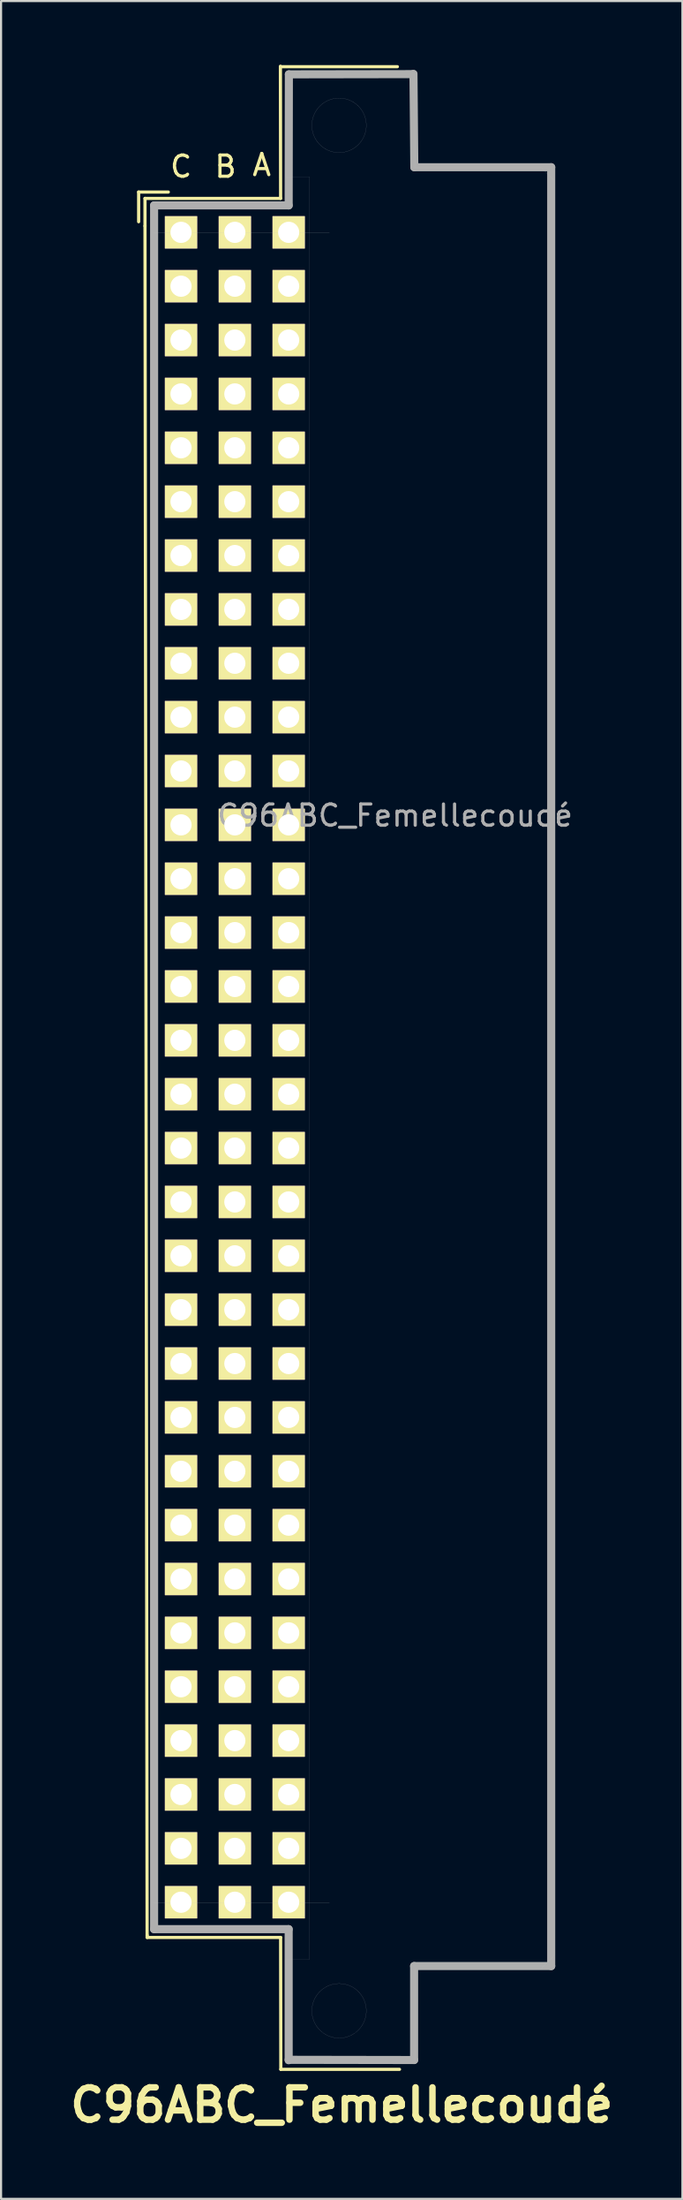
<source format=kicad_pcb>
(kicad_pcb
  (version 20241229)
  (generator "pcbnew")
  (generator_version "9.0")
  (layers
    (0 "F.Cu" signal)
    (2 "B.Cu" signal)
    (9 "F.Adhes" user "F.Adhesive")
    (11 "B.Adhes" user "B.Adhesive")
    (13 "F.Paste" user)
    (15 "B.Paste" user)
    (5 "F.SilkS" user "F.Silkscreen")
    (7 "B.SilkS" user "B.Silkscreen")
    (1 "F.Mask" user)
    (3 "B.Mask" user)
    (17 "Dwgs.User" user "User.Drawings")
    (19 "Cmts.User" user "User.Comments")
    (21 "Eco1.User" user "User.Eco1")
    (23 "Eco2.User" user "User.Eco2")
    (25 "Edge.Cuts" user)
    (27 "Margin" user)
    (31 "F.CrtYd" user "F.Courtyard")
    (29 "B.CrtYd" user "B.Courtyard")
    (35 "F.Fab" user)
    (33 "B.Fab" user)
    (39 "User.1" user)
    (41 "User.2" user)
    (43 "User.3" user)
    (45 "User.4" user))
  (footprint "C96ABC_Femellecoudé"
    (layer "F.Cu")
    (at 5.493 7.905)
    (property "Reference" "C96ABC_Femellecoudé" (at 7.584 88.303 180) (layer "F.SilkS") (effects (font (size 1.524 1.524) (thickness 0.305))))
    (attr through_hole)
    (fp_line (start -2 -1.9) (end -0.6 -1.9) (stroke (width 0.15) (type solid)) (layer "F.SilkS"))
    (fp_line (start -2 -0.5) (end -2 -1.9) (stroke (width 0.15) (type solid)) (layer "F.SilkS"))
    (fp_line (start -1.7 -1.6) (end -1.7 -0.3) (stroke (width 0.15) (type solid)) (layer "F.SilkS"))
    (fp_line (start -1.7 -0.3) (end -1.6 80.3) (stroke (width 0.15) (type solid)) (layer "F.SilkS"))
    (fp_line (start -1.6 80.3) (end -1.6 80.4) (stroke (width 0.15) (type solid)) (layer "F.SilkS"))
    (fp_line (start -1.6 80.4) (end 4.7 80.4) (stroke (width 0.15) (type solid)) (layer "F.SilkS"))
    (fp_line (start 4.69 -7.83) (end 4.7 -1.6) (stroke (width 0.15) (type solid)) (layer "F.SilkS"))
    (fp_line (start 4.7 -1.6) (end -1.7 -1.6) (stroke (width 0.15) (type solid)) (layer "F.SilkS"))
    (fp_line (start 4.7 80.4) (end 4.71 86.62) (stroke (width 0.15) (type solid)) (layer "F.SilkS"))
    (fp_line (start 4.71 86.62) (end 10.31 86.62) (stroke (width 0.15) (type solid)) (layer "F.SilkS"))
    (fp_line (start 10.21 -7.81) (end 4.71 -7.81) (stroke (width 0.15) (type solid)) (layer "F.SilkS"))
    (fp_line (start 4.93 -7.544) (end 11.06 -7.544) (stroke (width 0.004) (type solid)) (layer "Dwgs.User"))
    (fp_line (start 4.93 -2.619) (end 4.93 -7.544) (stroke (width 0.004) (type solid)) (layer "Dwgs.User"))
    (fp_line (start 4.93 81.435) (end 6.06 81.435) (stroke (width 0.004) (type solid)) (layer "Dwgs.User"))
    (fp_line (start 4.93 86.36) (end 4.93 81.435) (stroke (width 0.004) (type solid)) (layer "Dwgs.User"))
    (fp_line (start 6.06 -2.619) (end 4.93 -2.619) (stroke (width 0.004) (type solid)) (layer "Dwgs.User"))
    (fp_line (start 6.06 81.435) (end 6.06 -2.619) (stroke (width 0.004) (type solid)) (layer "Dwgs.User"))
    (fp_line (start 7.005 0.036) (end -1.298 0.036) (stroke (width 0.004) (type solid)) (layer "Dwgs.User"))
    (fp_line (start 7.005 78.78) (end -1.298 78.78) (stroke (width 0.004) (type solid)) (layer "Dwgs.User"))
    (fp_line (start 11.06 -7.544) (end 11.06 -3.069) (stroke (width 0.004) (type solid)) (layer "Dwgs.User"))
    (fp_line (start 11.06 -3.069) (end 16.98 -3.069) (stroke (width 0.004) (type solid)) (layer "Dwgs.User"))
    (fp_line (start 11.06 81.885) (end 11.06 86.36) (stroke (width 0.004) (type solid)) (layer "Dwgs.User"))
    (fp_line (start 11.06 86.36) (end 4.93 86.36) (stroke (width 0.004) (type solid)) (layer "Dwgs.User"))
    (fp_line (start 16.98 -3.069) (end 17.61 -2.439) (stroke (width 0.004) (type solid)) (layer "Dwgs.User"))
    (fp_line (start 16.98 81.885) (end 11.06 81.885) (stroke (width 0.004) (type solid)) (layer "Dwgs.User"))
    (fp_line (start 17.61 -2.439) (end 17.61 81.255) (stroke (width 0.004) (type solid)) (layer "Dwgs.User"))
    (fp_line (start 17.61 81.255) (end 16.98 81.885) (stroke (width 0.004) (type solid)) (layer "Dwgs.User"))
    (fp_circle (center 7.46 -5.044) (end 8.745 -5.044) (stroke (width 0.004) (type solid)) (fill no) (layer "Dwgs.User"))
    (fp_circle (center 7.46 83.86) (end 8.745 83.86) (stroke (width 0.004) (type solid)) (fill no) (layer "Dwgs.User"))
    (fp_line (start -1.27 -1.27) (end 5.08 -1.27) (stroke (width 0.381) (type solid)) (layer "F.Fab"))
    (fp_line (start -1.27 80.01) (end -1.27 -1.27) (stroke (width 0.381) (type solid)) (layer "F.Fab"))
    (fp_line (start 5.08 -1.27) (end 5.09 -7.45) (stroke (width 0.381) (type solid)) (layer "F.Fab"))
    (fp_line (start 5.08 80.01) (end -1.27 80.01) (stroke (width 0.381) (type solid)) (layer "F.Fab"))
    (fp_line (start 5.08 86.19) (end 5.08 80.01) (stroke (width 0.381) (type solid)) (layer "F.Fab"))
    (fp_line (start 5.09 -7.45) (end 10.96 -7.46) (stroke (width 0.381) (type solid)) (layer "F.Fab"))
    (fp_line (start 10.97 -7.47) (end 11.01 -3.07) (stroke (width 0.381) (type solid)) (layer "F.Fab"))
    (fp_line (start 11 81.75) (end 11 86.18) (stroke (width 0.381) (type solid)) (layer "F.Fab"))
    (fp_line (start 11 86.18) (end 5.08 86.17) (stroke (width 0.381) (type solid)) (layer "F.Fab"))
    (fp_line (start 11.01 -3.07) (end 17.47 -3.07) (stroke (width 0.381) (type solid)) (layer "F.Fab"))
    (fp_line (start 17.47 -3.07) (end 17.47 81.75) (stroke (width 0.381) (type solid)) (layer "F.Fab"))
    (fp_line (start 17.47 81.75) (end 11 81.75) (stroke (width 0.381) (type solid)) (layer "F.Fab"))
    (fp_text user "C" (at 0 -3.1 0) (layer "F.SilkS") (effects (font (size 1 1) (thickness 0.15))))
    (fp_text user "B" (at 2.1 -3.1 0) (layer "F.SilkS") (effects (font (size 1 1) (thickness 0.15))))
    (fp_text user "A" (at 3.81 -3.175 0) (layer "F.SilkS") (effects (font (size 1 1) (thickness 0.15))))
    (fp_text user "${REFERENCE}" (at 10.1 27.5 0) (layer "F.Fab") (effects (font (size 1 1) (thickness 0.15))))
    (pad "A1" thru_hole rect (at 5.08 78.74 180) (size 1.524 1.524) (drill 1) (layers "*.Cu" "*.Mask" "F.SilkS"))
    (pad "A2" thru_hole rect (at 5.08 76.2 180) (size 1.524 1.524) (drill 1) (layers "*.Cu" "*.Mask" "F.SilkS"))
    (pad "A3" thru_hole rect (at 5.08 73.66 180) (size 1.524 1.524) (drill 1) (layers "*.Cu" "*.Mask" "F.SilkS"))
    (pad "A4" thru_hole rect (at 5.08 71.12 180) (size 1.524 1.524) (drill 1) (layers "*.Cu" "*.Mask" "F.SilkS"))
    (pad "A5" thru_hole rect (at 5.08 68.58 180) (size 1.524 1.524) (drill 1) (layers "*.Cu" "*.Mask" "F.SilkS"))
    (pad "A6" thru_hole rect (at 5.08 66.04 180) (size 1.524 1.524) (drill 1) (layers "*.Cu" "*.Mask" "F.SilkS"))
    (pad "A7" thru_hole rect (at 5.08 63.5 180) (size 1.524 1.524) (drill 1) (layers "*.Cu" "*.Mask" "F.SilkS"))
    (pad "A8" thru_hole rect (at 5.08 60.96 180) (size 1.524 1.524) (drill 1) (layers "*.Cu" "*.Mask" "F.SilkS"))
    (pad "A9" thru_hole rect (at 5.08 58.42 180) (size 1.524 1.524) (drill 1) (layers "*.Cu" "*.Mask" "F.SilkS"))
    (pad "A10" thru_hole rect (at 5.08 55.88 180) (size 1.524 1.524) (drill 1) (layers "*.Cu" "*.Mask" "F.SilkS"))
    (pad "A11" thru_hole rect (at 5.08 53.34 180) (size 1.524 1.524) (drill 1) (layers "*.Cu" "*.Mask" "F.SilkS"))
    (pad "A12" thru_hole rect (at 5.08 50.8 180) (size 1.524 1.524) (drill 1) (layers "*.Cu" "*.Mask" "F.SilkS"))
    (pad "A13" thru_hole rect (at 5.08 48.26 180) (size 1.524 1.524) (drill 1) (layers "*.Cu" "*.Mask" "F.SilkS"))
    (pad "A14" thru_hole rect (at 5.08 45.72 180) (size 1.524 1.524) (drill 1) (layers "*.Cu" "*.Mask" "F.SilkS"))
    (pad "A15" thru_hole rect (at 5.08 43.18 180) (size 1.524 1.524) (drill 1) (layers "*.Cu" "*.Mask" "F.SilkS"))
    (pad "A16" thru_hole rect (at 5.08 40.64 180) (size 1.524 1.524) (drill 1) (layers "*.Cu" "*.Mask" "F.SilkS"))
    (pad "A17" thru_hole rect (at 5.08 38.1 180) (size 1.524 1.524) (drill 1) (layers "*.Cu" "*.Mask" "F.SilkS"))
    (pad "A18" thru_hole rect (at 5.08 35.56 180) (size 1.524 1.524) (drill 1) (layers "*.Cu" "*.Mask" "F.SilkS"))
    (pad "A19" thru_hole rect (at 5.08 33.02 180) (size 1.524 1.524) (drill 1) (layers "*.Cu" "*.Mask" "F.SilkS"))
    (pad "A20" thru_hole rect (at 5.08 30.48 180) (size 1.524 1.524) (drill 1) (layers "*.Cu" "*.Mask" "F.SilkS"))
    (pad "A21" thru_hole rect (at 5.08 27.94 180) (size 1.524 1.524) (drill 1) (layers "*.Cu" "*.Mask" "F.SilkS"))
    (pad "A22" thru_hole rect (at 5.08 25.4 180) (size 1.524 1.524) (drill 1) (layers "*.Cu" "*.Mask" "F.SilkS"))
    (pad "A23" thru_hole rect (at 5.08 22.86 180) (size 1.524 1.524) (drill 1) (layers "*.Cu" "*.Mask" "F.SilkS"))
    (pad "A24" thru_hole rect (at 5.08 20.32 180) (size 1.524 1.524) (drill 1) (layers "*.Cu" "*.Mask" "F.SilkS"))
    (pad "A25" thru_hole rect (at 5.08 17.78 180) (size 1.524 1.524) (drill 1) (layers "*.Cu" "*.Mask" "F.SilkS"))
    (pad "A26" thru_hole rect (at 5.08 15.24 180) (size 1.524 1.524) (drill 1) (layers "*.Cu" "*.Mask" "F.SilkS"))
    (pad "A27" thru_hole rect (at 5.08 12.7 180) (size 1.524 1.524) (drill 1) (layers "*.Cu" "*.Mask" "F.SilkS"))
    (pad "A28" thru_hole rect (at 5.08 10.16 180) (size 1.524 1.524) (drill 1) (layers "*.Cu" "*.Mask" "F.SilkS"))
    (pad "A29" thru_hole rect (at 5.08 7.62 180) (size 1.524 1.524) (drill 1) (layers "*.Cu" "*.Mask" "F.SilkS"))
    (pad "A30" thru_hole rect (at 5.08 5.08 180) (size 1.524 1.524) (drill 1) (layers "*.Cu" "*.Mask" "F.SilkS"))
    (pad "A31" thru_hole rect (at 5.08 2.54 180) (size 1.524 1.524) (drill 1) (layers "*.Cu" "*.Mask" "F.SilkS"))
    (pad "A32" thru_hole rect (at 5.08 0 180) (size 1.524 1.524) (drill 1) (layers "*.Cu" "*.Mask" "F.SilkS"))
    (pad "B1" thru_hole rect (at 2.54 78.74 180) (size 1.524 1.524) (drill 1) (layers "*.Cu" "*.Mask" "F.SilkS"))
    (pad "B2" thru_hole rect (at 2.54 76.2 180) (size 1.524 1.524) (drill 1) (layers "*.Cu" "*.Mask" "F.SilkS"))
    (pad "B3" thru_hole rect (at 2.54 73.66 180) (size 1.524 1.524) (drill 1) (layers "*.Cu" "*.Mask" "F.SilkS"))
    (pad "B4" thru_hole rect (at 2.54 71.12 180) (size 1.524 1.524) (drill 1) (layers "*.Cu" "*.Mask" "F.SilkS"))
    (pad "B5" thru_hole rect (at 2.54 68.58 180) (size 1.524 1.524) (drill 1) (layers "*.Cu" "*.Mask" "F.SilkS"))
    (pad "B6" thru_hole rect (at 2.54 66.04 180) (size 1.524 1.524) (drill 1) (layers "*.Cu" "*.Mask" "F.SilkS"))
    (pad "B7" thru_hole rect (at 2.54 63.5 180) (size 1.524 1.524) (drill 1) (layers "*.Cu" "*.Mask" "F.SilkS"))
    (pad "B8" thru_hole rect (at 2.54 60.96 180) (size 1.524 1.524) (drill 1) (layers "*.Cu" "*.Mask" "F.SilkS"))
    (pad "B9" thru_hole rect (at 2.54 58.42 180) (size 1.524 1.524) (drill 1) (layers "*.Cu" "*.Mask" "F.SilkS"))
    (pad "B10" thru_hole rect (at 2.54 55.88 180) (size 1.524 1.524) (drill 1) (layers "*.Cu" "*.Mask" "F.SilkS"))
    (pad "B11" thru_hole rect (at 2.54 53.34 180) (size 1.524 1.524) (drill 1) (layers "*.Cu" "*.Mask" "F.SilkS"))
    (pad "B12" thru_hole rect (at 2.54 50.8 180) (size 1.524 1.524) (drill 1) (layers "*.Cu" "*.Mask" "F.SilkS"))
    (pad "B13" thru_hole rect (at 2.54 48.26 180) (size 1.524 1.524) (drill 1) (layers "*.Cu" "*.Mask" "F.SilkS"))
    (pad "B14" thru_hole rect (at 2.54 45.72 180) (size 1.524 1.524) (drill 1) (layers "*.Cu" "*.Mask" "F.SilkS"))
    (pad "B15" thru_hole rect (at 2.54 43.18 180) (size 1.524 1.524) (drill 1) (layers "*.Cu" "*.Mask" "F.SilkS"))
    (pad "B16" thru_hole rect (at 2.54 40.64 180) (size 1.524 1.524) (drill 1) (layers "*.Cu" "*.Mask" "F.SilkS"))
    (pad "B17" thru_hole rect (at 2.54 38.1 180) (size 1.524 1.524) (drill 1) (layers "*.Cu" "*.Mask" "F.SilkS"))
    (pad "B18" thru_hole rect (at 2.54 35.56 180) (size 1.524 1.524) (drill 1) (layers "*.Cu" "*.Mask" "F.SilkS"))
    (pad "B19" thru_hole rect (at 2.54 33.02 180) (size 1.524 1.524) (drill 1) (layers "*.Cu" "*.Mask" "F.SilkS"))
    (pad "B20" thru_hole rect (at 2.54 30.48 180) (size 1.524 1.524) (drill 1) (layers "*.Cu" "*.Mask" "F.SilkS"))
    (pad "B21" thru_hole rect (at 2.54 27.94 180) (size 1.524 1.524) (drill 1) (layers "*.Cu" "*.Mask" "F.SilkS"))
    (pad "B22" thru_hole rect (at 2.54 25.4 180) (size 1.524 1.524) (drill 1) (layers "*.Cu" "*.Mask" "F.SilkS"))
    (pad "B23" thru_hole rect (at 2.54 22.86 180) (size 1.524 1.524) (drill 1) (layers "*.Cu" "*.Mask" "F.SilkS"))
    (pad "B24" thru_hole rect (at 2.54 20.32 180) (size 1.524 1.524) (drill 1) (layers "*.Cu" "*.Mask" "F.SilkS"))
    (pad "B25" thru_hole rect (at 2.54 17.78 180) (size 1.524 1.524) (drill 1) (layers "*.Cu" "*.Mask" "F.SilkS"))
    (pad "B26" thru_hole rect (at 2.54 15.24 180) (size 1.524 1.524) (drill 1) (layers "*.Cu" "*.Mask" "F.SilkS"))
    (pad "B27" thru_hole rect (at 2.54 12.7 180) (size 1.524 1.524) (drill 1) (layers "*.Cu" "*.Mask" "F.SilkS"))
    (pad "B28" thru_hole rect (at 2.54 10.16 180) (size 1.524 1.524) (drill 1) (layers "*.Cu" "*.Mask" "F.SilkS"))
    (pad "B29" thru_hole rect (at 2.54 7.62 180) (size 1.524 1.524) (drill 1) (layers "*.Cu" "*.Mask" "F.SilkS"))
    (pad "B30" thru_hole rect (at 2.54 5.08 180) (size 1.524 1.524) (drill 1) (layers "*.Cu" "*.Mask" "F.SilkS"))
    (pad "B31" thru_hole rect (at 2.54 2.54 180) (size 1.524 1.524) (drill 1) (layers "*.Cu" "*.Mask" "F.SilkS"))
    (pad "B32" thru_hole rect (at 2.54 0 180) (size 1.524 1.524) (drill 1) (layers "*.Cu" "*.Mask" "F.SilkS"))
    (pad "C1" thru_hole rect (at 0 78.74 180) (size 1.524 1.524) (drill 1) (layers "*.Cu" "*.Mask" "F.SilkS"))
    (pad "C2" thru_hole rect (at 0 76.2 180) (size 1.524 1.524) (drill 1) (layers "*.Cu" "*.Mask" "F.SilkS"))
    (pad "C3" thru_hole rect (at 0 73.66 180) (size 1.524 1.524) (drill 1) (layers "*.Cu" "*.Mask" "F.SilkS"))
    (pad "C4" thru_hole rect (at 0 71.12 180) (size 1.524 1.524) (drill 1) (layers "*.Cu" "*.Mask" "F.SilkS"))
    (pad "C5" thru_hole rect (at 0 68.58 180) (size 1.524 1.524) (drill 1) (layers "*.Cu" "*.Mask" "F.SilkS"))
    (pad "C6" thru_hole rect (at 0 66.04 180) (size 1.524 1.524) (drill 1) (layers "*.Cu" "*.Mask" "F.SilkS"))
    (pad "C7" thru_hole rect (at 0 63.5 180) (size 1.524 1.524) (drill 1) (layers "*.Cu" "*.Mask" "F.SilkS"))
    (pad "C8" thru_hole rect (at 0 60.96 180) (size 1.524 1.524) (drill 1) (layers "*.Cu" "*.Mask" "F.SilkS"))
    (pad "C9" thru_hole rect (at 0 58.42 180) (size 1.524 1.524) (drill 1) (layers "*.Cu" "*.Mask" "F.SilkS"))
    (pad "C10" thru_hole rect (at 0 55.88 180) (size 1.524 1.524) (drill 1) (layers "*.Cu" "*.Mask" "F.SilkS"))
    (pad "C11" thru_hole rect (at 0 53.34 180) (size 1.524 1.524) (drill 1) (layers "*.Cu" "*.Mask" "F.SilkS"))
    (pad "C12" thru_hole rect (at 0 50.8 180) (size 1.524 1.524) (drill 1) (layers "*.Cu" "*.Mask" "F.SilkS"))
    (pad "C13" thru_hole rect (at 0 48.26 180) (size 1.524 1.524) (drill 1) (layers "*.Cu" "*.Mask" "F.SilkS"))
    (pad "C14" thru_hole rect (at 0 45.72 180) (size 1.524 1.524) (drill 1) (layers "*.Cu" "*.Mask" "F.SilkS"))
    (pad "C15" thru_hole rect (at 0 43.18 180) (size 1.524 1.524) (drill 1) (layers "*.Cu" "*.Mask" "F.SilkS"))
    (pad "C16" thru_hole rect (at 0 40.64 180) (size 1.524 1.524) (drill 1) (layers "*.Cu" "*.Mask" "F.SilkS"))
    (pad "C17" thru_hole rect (at 0 38.1 180) (size 1.524 1.524) (drill 1) (layers "*.Cu" "*.Mask" "F.SilkS"))
    (pad "C18" thru_hole rect (at 0 35.56 180) (size 1.524 1.524) (drill 1) (layers "*.Cu" "*.Mask" "F.SilkS"))
    (pad "C19" thru_hole rect (at 0 33.02 180) (size 1.524 1.524) (drill 1) (layers "*.Cu" "*.Mask" "F.SilkS"))
    (pad "C20" thru_hole rect (at 0 30.48 180) (size 1.524 1.524) (drill 1) (layers "*.Cu" "*.Mask" "F.SilkS"))
    (pad "C21" thru_hole rect (at 0 27.94 180) (size 1.524 1.524) (drill 1) (layers "*.Cu" "*.Mask" "F.SilkS"))
    (pad "C22" thru_hole rect (at 0 25.4 180) (size 1.524 1.524) (drill 1) (layers "*.Cu" "*.Mask" "F.SilkS"))
    (pad "C23" thru_hole rect (at 0 22.86 180) (size 1.524 1.524) (drill 1) (layers "*.Cu" "*.Mask" "F.SilkS"))
    (pad "C24" thru_hole rect (at 0 20.32 180) (size 1.524 1.524) (drill 1) (layers "*.Cu" "*.Mask" "F.SilkS"))
    (pad "C25" thru_hole rect (at 0 17.78 180) (size 1.524 1.524) (drill 1) (layers "*.Cu" "*.Mask" "F.SilkS"))
    (pad "C26" thru_hole rect (at 0 15.24 180) (size 1.524 1.524) (drill 1) (layers "*.Cu" "*.Mask" "F.SilkS"))
    (pad "C27" thru_hole rect (at 0 12.7 180) (size 1.524 1.524) (drill 1) (layers "*.Cu" "*.Mask" "F.SilkS"))
    (pad "C28" thru_hole rect (at 0 10.16 180) (size 1.524 1.524) (drill 1) (layers "*.Cu" "*.Mask" "F.SilkS"))
    (pad "C29" thru_hole rect (at 0 7.62 180) (size 1.524 1.524) (drill 1) (layers "*.Cu" "*.Mask" "F.SilkS"))
    (pad "C30" thru_hole rect (at 0 5.08 180) (size 1.524 1.524) (drill 1) (layers "*.Cu" "*.Mask" "F.SilkS"))
    (pad "C31" thru_hole rect (at 0 2.54 180) (size 1.524 1.524) (drill 1) (layers "*.Cu" "*.Mask" "F.SilkS"))
    (pad "C32" thru_hole rect (at 0 0 180) (size 1.524 1.524) (drill 1) (layers "*.Cu" "*.Mask" "F.SilkS")))
  (gr_rect
    (start -3 -3)
    (end 29.155 100.634)
    (stroke (width 0.1) (type default))
    (fill no)
    (layer "Edge.Cuts")))
</source>
